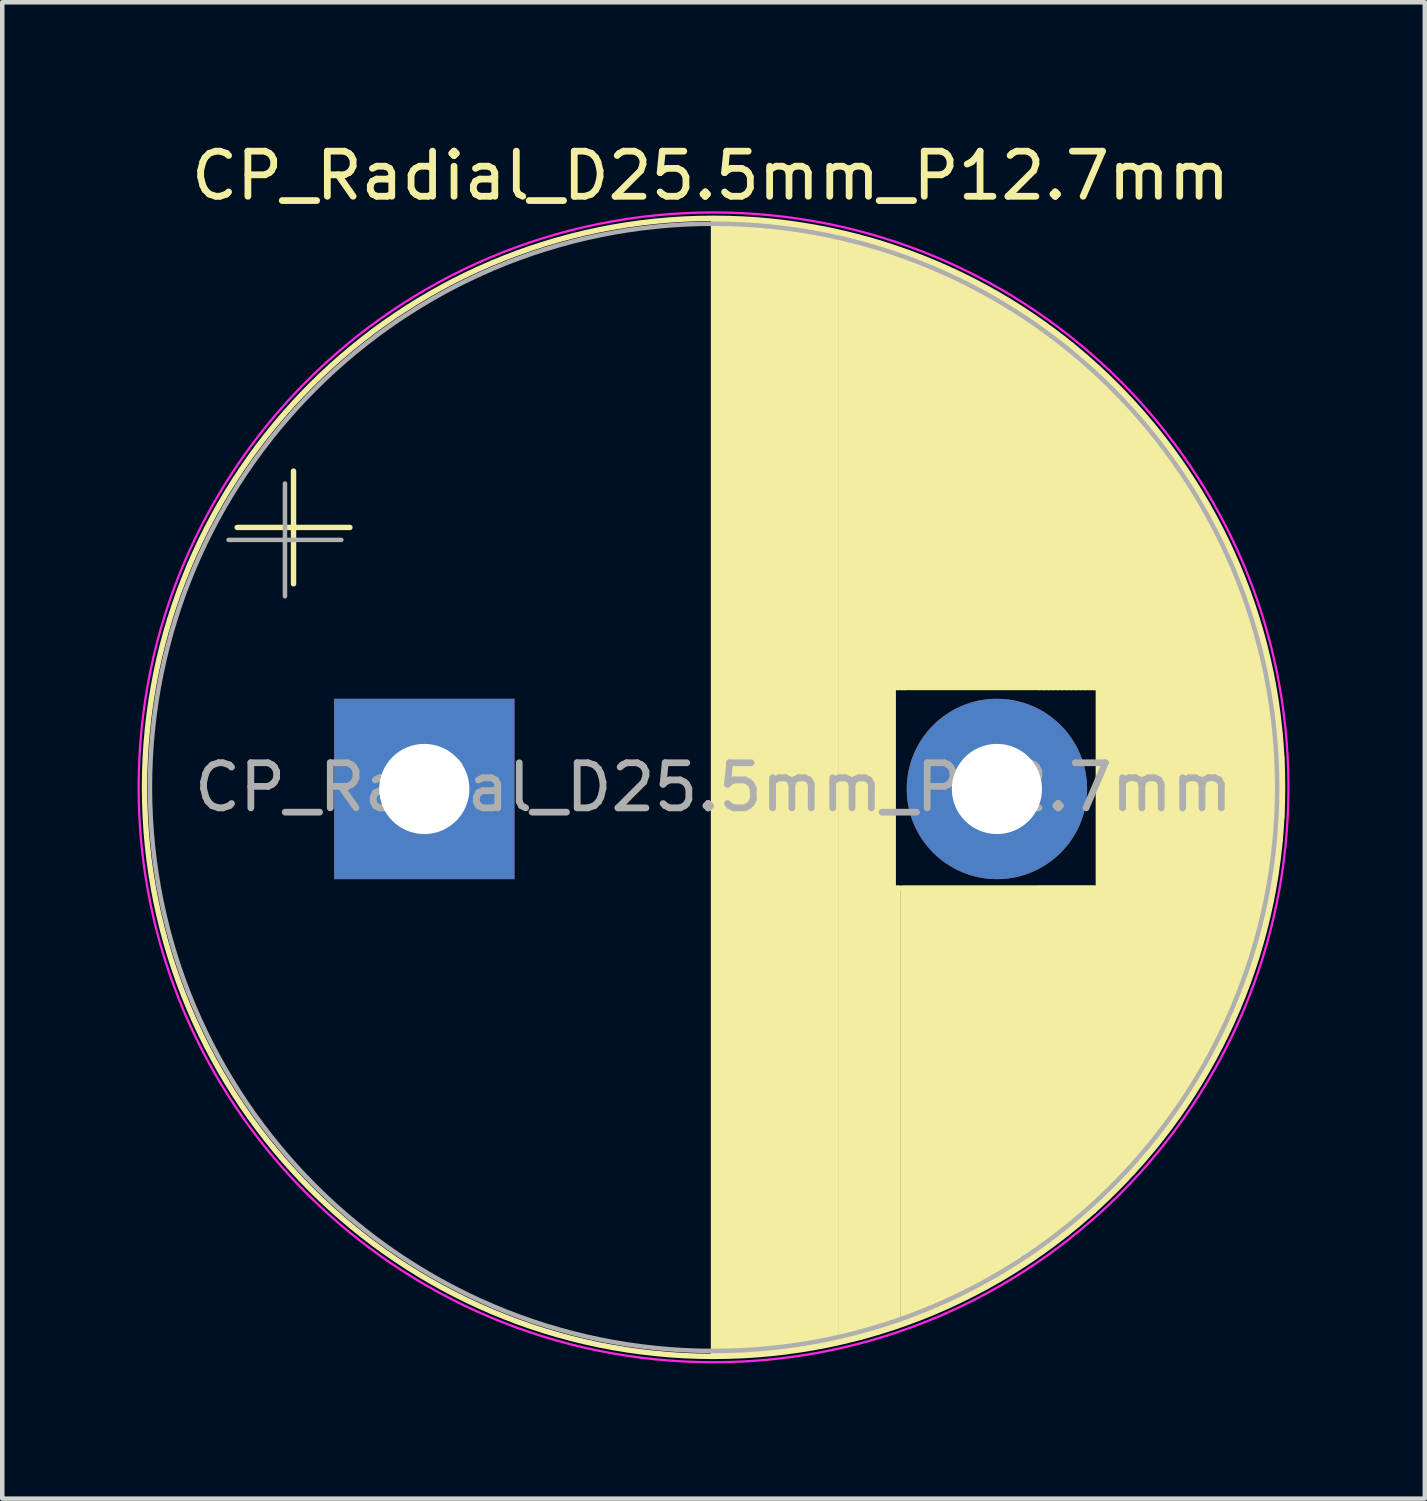
<source format=kicad_pcb>
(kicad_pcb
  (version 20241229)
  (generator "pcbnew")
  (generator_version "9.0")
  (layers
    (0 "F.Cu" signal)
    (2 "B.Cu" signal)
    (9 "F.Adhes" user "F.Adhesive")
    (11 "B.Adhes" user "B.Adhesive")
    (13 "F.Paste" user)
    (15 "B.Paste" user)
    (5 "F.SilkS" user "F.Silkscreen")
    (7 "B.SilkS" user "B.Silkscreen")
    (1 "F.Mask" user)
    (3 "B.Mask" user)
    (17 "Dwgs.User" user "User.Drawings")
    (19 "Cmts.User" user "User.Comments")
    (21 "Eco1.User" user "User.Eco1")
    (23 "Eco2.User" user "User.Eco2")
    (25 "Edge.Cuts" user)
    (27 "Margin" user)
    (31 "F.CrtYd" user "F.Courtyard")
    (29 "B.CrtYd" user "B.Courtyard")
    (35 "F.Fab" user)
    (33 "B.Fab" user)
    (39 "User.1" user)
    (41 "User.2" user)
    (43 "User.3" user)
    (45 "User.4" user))
  (footprint "CP_Radial_D25.5mm_P12.7mm"
    (layer "F.Cu")
    (at 12.71 14.448)
    (property "Reference" "CP_Radial_D25.5mm_P12.7mm" (at 0 -13.6 0) (unlocked yes) (layer "F.SilkS") (effects (font (size 1 1) (thickness 0.15))))
    (attr through_hole)
    (fp_line (start -10.5 -5.8) (end -8 -5.8) (stroke (width 0.12) (type solid)) (layer "F.SilkS"))
    (fp_line (start -9.25 -7.05) (end -9.25 -4.55) (stroke (width 0.12) (type solid)) (layer "F.SilkS"))
    (fp_line (start 0.065 -12.617) (end 0.065 12.545) (stroke (width 0.12) (type solid)) (layer "F.SilkS"))
    (fp_line (start 0.105 -12.616) (end 0.105 12.544) (stroke (width 0.12) (type solid)) (layer "F.SilkS"))
    (fp_line (start 0.145 -12.616) (end 0.145 12.544) (stroke (width 0.12) (type solid)) (layer "F.SilkS"))
    (fp_line (start 0.185 -12.616) (end 0.185 12.544) (stroke (width 0.12) (type solid)) (layer "F.SilkS"))
    (fp_line (start 0.225 -12.615) (end 0.225 12.543) (stroke (width 0.12) (type solid)) (layer "F.SilkS"))
    (fp_line (start 0.265 -12.615) (end 0.265 12.543) (stroke (width 0.12) (type solid)) (layer "F.SilkS"))
    (fp_line (start 0.305 -12.614) (end 0.305 12.542) (stroke (width 0.12) (type solid)) (layer "F.SilkS"))
    (fp_line (start 0.345 -12.613) (end 0.345 12.541) (stroke (width 0.12) (type solid)) (layer "F.SilkS"))
    (fp_line (start 0.385 -12.612) (end 0.385 12.54) (stroke (width 0.12) (type solid)) (layer "F.SilkS"))
    (fp_line (start 0.425 -12.611) (end 0.425 12.539) (stroke (width 0.12) (type solid)) (layer "F.SilkS"))
    (fp_line (start 0.465 -12.61) (end 0.465 12.538) (stroke (width 0.12) (type solid)) (layer "F.SilkS"))
    (fp_line (start 0.505 -12.609) (end 0.505 12.537) (stroke (width 0.12) (type solid)) (layer "F.SilkS"))
    (fp_line (start 0.545 -12.607) (end 0.545 12.535) (stroke (width 0.12) (type solid)) (layer "F.SilkS"))
    (fp_line (start 0.585 -12.606) (end 0.585 12.534) (stroke (width 0.12) (type solid)) (layer "F.SilkS"))
    (fp_line (start 0.625 -12.604) (end 0.625 12.532) (stroke (width 0.12) (type solid)) (layer "F.SilkS"))
    (fp_line (start 0.665 -12.602) (end 0.665 12.53) (stroke (width 0.12) (type solid)) (layer "F.SilkS"))
    (fp_line (start 0.705 -12.6) (end 0.705 12.528) (stroke (width 0.12) (type solid)) (layer "F.SilkS"))
    (fp_line (start 0.745 -12.598) (end 0.745 12.526) (stroke (width 0.12) (type solid)) (layer "F.SilkS"))
    (fp_line (start 0.786 -12.596) (end 0.786 12.524) (stroke (width 0.12) (type solid)) (layer "F.SilkS"))
    (fp_line (start 0.826 -12.594) (end 0.826 12.522) (stroke (width 0.12) (type solid)) (layer "F.SilkS"))
    (fp_line (start 0.866 -12.591) (end 0.866 12.519) (stroke (width 0.12) (type solid)) (layer "F.SilkS"))
    (fp_line (start 0.906 -12.589) (end 0.906 12.517) (stroke (width 0.12) (type solid)) (layer "F.SilkS"))
    (fp_line (start 0.946 -12.586) (end 0.946 12.514) (stroke (width 0.12) (type solid)) (layer "F.SilkS"))
    (fp_line (start 0.986 -12.583) (end 0.986 12.511) (stroke (width 0.12) (type solid)) (layer "F.SilkS"))
    (fp_line (start 1.026 -12.58) (end 1.026 12.508) (stroke (width 0.12) (type solid)) (layer "F.SilkS"))
    (fp_line (start 1.066 -12.577) (end 1.066 12.505) (stroke (width 0.12) (type solid)) (layer "F.SilkS"))
    (fp_line (start 1.106 -12.574) (end 1.106 12.502) (stroke (width 0.12) (type solid)) (layer "F.SilkS"))
    (fp_line (start 1.146 -12.57) (end 1.146 12.498) (stroke (width 0.12) (type solid)) (layer "F.SilkS"))
    (fp_line (start 1.186 -12.567) (end 1.186 12.495) (stroke (width 0.12) (type solid)) (layer "F.SilkS"))
    (fp_line (start 1.226 -12.563) (end 1.226 12.491) (stroke (width 0.12) (type solid)) (layer "F.SilkS"))
    (fp_line (start 1.266 -12.559) (end 1.266 12.487) (stroke (width 0.12) (type solid)) (layer "F.SilkS"))
    (fp_line (start 1.306 -12.555) (end 1.306 12.483) (stroke (width 0.12) (type solid)) (layer "F.SilkS"))
    (fp_line (start 1.346 -12.551) (end 1.346 12.479) (stroke (width 0.12) (type solid)) (layer "F.SilkS"))
    (fp_line (start 1.386 -12.547) (end 1.386 12.475) (stroke (width 0.12) (type solid)) (layer "F.SilkS"))
    (fp_line (start 1.426 -12.543) (end 1.426 12.471) (stroke (width 0.12) (type solid)) (layer "F.SilkS"))
    (fp_line (start 1.466 -12.539) (end 1.466 12.467) (stroke (width 0.12) (type solid)) (layer "F.SilkS"))
    (fp_line (start 1.506 -12.534) (end 1.506 12.462) (stroke (width 0.12) (type solid)) (layer "F.SilkS"))
    (fp_line (start 1.546 -12.529) (end 1.546 12.457) (stroke (width 0.12) (type solid)) (layer "F.SilkS"))
    (fp_line (start 1.586 -12.525) (end 1.586 12.453) (stroke (width 0.12) (type solid)) (layer "F.SilkS"))
    (fp_line (start 1.626 -12.52) (end 1.626 12.448) (stroke (width 0.12) (type solid)) (layer "F.SilkS"))
    (fp_line (start 1.666 -12.515) (end 1.666 12.443) (stroke (width 0.12) (type solid)) (layer "F.SilkS"))
    (fp_line (start 1.706 -12.509) (end 1.706 12.437) (stroke (width 0.12) (type solid)) (layer "F.SilkS"))
    (fp_line (start 1.746 -12.504) (end 1.746 12.432) (stroke (width 0.12) (type solid)) (layer "F.SilkS"))
    (fp_line (start 1.786 -12.499) (end 1.786 12.427) (stroke (width 0.12) (type solid)) (layer "F.SilkS"))
    (fp_line (start 1.826 -12.493) (end 1.826 12.421) (stroke (width 0.12) (type solid)) (layer "F.SilkS"))
    (fp_line (start 1.866 -12.487) (end 1.866 12.415) (stroke (width 0.12) (type solid)) (layer "F.SilkS"))
    (fp_line (start 1.906 -12.482) (end 1.906 12.41) (stroke (width 0.12) (type solid)) (layer "F.SilkS"))
    (fp_line (start 1.946 -12.476) (end 1.946 12.404) (stroke (width 0.12) (type solid)) (layer "F.SilkS"))
    (fp_line (start 1.986 -12.47) (end 1.986 12.398) (stroke (width 0.12) (type solid)) (layer "F.SilkS"))
    (fp_line (start 2.026 -12.463) (end 2.026 12.391) (stroke (width 0.12) (type solid)) (layer "F.SilkS"))
    (fp_line (start 2.066 -12.457) (end 2.066 12.385) (stroke (width 0.12) (type solid)) (layer "F.SilkS"))
    (fp_line (start 2.106 -12.451) (end 2.106 12.379) (stroke (width 0.12) (type solid)) (layer "F.SilkS"))
    (fp_line (start 2.146 -12.444) (end 2.146 12.372) (stroke (width 0.12) (type solid)) (layer "F.SilkS"))
    (fp_line (start 2.186 -12.437) (end 2.186 12.365) (stroke (width 0.12) (type solid)) (layer "F.SilkS"))
    (fp_line (start 2.226 -12.43) (end 2.226 12.358) (stroke (width 0.12) (type solid)) (layer "F.SilkS"))
    (fp_line (start 2.266 -12.423) (end 2.266 12.351) (stroke (width 0.12) (type solid)) (layer "F.SilkS"))
    (fp_line (start 2.306 -12.416) (end 2.306 12.344) (stroke (width 0.12) (type solid)) (layer "F.SilkS"))
    (fp_line (start 2.346 -12.409) (end 2.346 12.337) (stroke (width 0.12) (type solid)) (layer "F.SilkS"))
    (fp_line (start 2.386 -12.401) (end 2.386 12.329) (stroke (width 0.12) (type solid)) (layer "F.SilkS"))
    (fp_line (start 2.426 -12.394) (end 2.426 12.322) (stroke (width 0.12) (type solid)) (layer "F.SilkS"))
    (fp_line (start 2.466 -12.386) (end 2.466 12.314) (stroke (width 0.12) (type solid)) (layer "F.SilkS"))
    (fp_line (start 2.506 -12.378) (end 2.506 12.306) (stroke (width 0.12) (type solid)) (layer "F.SilkS"))
    (fp_line (start 2.546 -12.37) (end 2.546 12.298) (stroke (width 0.12) (type solid)) (layer "F.SilkS"))
    (fp_line (start 2.586 -12.362) (end 2.586 12.29) (stroke (width 0.12) (type solid)) (layer "F.SilkS"))
    (fp_line (start 2.626 -12.354) (end 2.626 12.282) (stroke (width 0.12) (type solid)) (layer "F.SilkS"))
    (fp_line (start 2.666 -12.346) (end 2.666 12.274) (stroke (width 0.12) (type solid)) (layer "F.SilkS"))
    (fp_line (start 2.706 -12.337) (end 2.706 12.265) (stroke (width 0.12) (type solid)) (layer "F.SilkS"))
    (fp_line (start 2.746 -12.329) (end 2.746 12.257) (stroke (width 0.12) (type solid)) (layer "F.SilkS"))
    (fp_line (start 2.786 -12.32) (end 2.786 12.248) (stroke (width 0.12) (type solid)) (layer "F.SilkS"))
    (fp_line (start 2.9 -12.3) (end 2.9 12.25) (stroke (width 0.12) (type default)) (layer "F.SilkS"))
    (fp_line (start 2.95 -12.3) (end 2.95 11.9) (stroke (width 0.12) (type default)) (layer "F.SilkS"))
    (fp_line (start 3 -12.25) (end 3 12.2) (stroke (width 0.12) (type default)) (layer "F.SilkS"))
    (fp_line (start 3.05 -12.25) (end 3.05 12.2) (stroke (width 0.12) (type default)) (layer "F.SilkS"))
    (fp_line (start 3.15 -12.25) (end 3.15 12.15) (stroke (width 0.12) (type default)) (layer "F.SilkS"))
    (fp_line (start 3.2 -12.25) (end 3.2 12.15) (stroke (width 0.12) (type default)) (layer "F.SilkS"))
    (fp_line (start 3.25 -12.2) (end 3.25 12.15) (stroke (width 0.12) (type default)) (layer "F.SilkS"))
    (fp_line (start 3.3 -12.2) (end 3.3 12.15) (stroke (width 0.12) (type default)) (layer "F.SilkS"))
    (fp_line (start 3.35 -12.2) (end 3.35 12.15) (stroke (width 0.12) (type default)) (layer "F.SilkS"))
    (fp_line (start 3.4 -12.2) (end 3.4 12.1) (stroke (width 0.12) (type default)) (layer "F.SilkS"))
    (fp_line (start 3.5 -12.15) (end 3.5 12.1) (stroke (width 0.12) (type default)) (layer "F.SilkS"))
    (fp_line (start 3.55 -12.15) (end 3.55 12.05) (stroke (width 0.12) (type default)) (layer "F.SilkS"))
    (fp_line (start 3.6 -12.1) (end 3.6 12.05) (stroke (width 0.12) (type default)) (layer "F.SilkS"))
    (fp_line (start 3.65 -12.1) (end 3.65 12.05) (stroke (width 0.12) (type default)) (layer "F.SilkS"))
    (fp_line (start 3.7 -12.1) (end 3.7 12.05) (stroke (width 0.12) (type default)) (layer "F.SilkS"))
    (fp_line (start 3.75 -12.1) (end 3.75 12) (stroke (width 0.12) (type default)) (layer "F.SilkS"))
    (fp_line (start 3.85 -12.05) (end 3.85 11.95) (stroke (width 0.12) (type default)) (layer "F.SilkS"))
    (fp_line (start 3.95 -12) (end 3.95 11.95) (stroke (width 0.12) (type default)) (layer "F.SilkS"))
    (fp_line (start 4.05 -12) (end 4.05 11.9) (stroke (width 0.12) (type default)) (layer "F.SilkS"))
    (fp_line (start 4.1 -2.25) (end 8.6 -2.25) (stroke (width 0.12) (type default)) (layer "F.SilkS"))
    (fp_line (start 4.1 2.2) (end 8.6 2.2) (stroke (width 0.12) (type default)) (layer "F.SilkS"))
    (fp_line (start 4.15 -2.25) (end 4.15 -11.95) (stroke (width 0.12) (type default)) (layer "F.SilkS"))
    (fp_line (start 4.15 2.2) (end 4.15 11.9) (stroke (width 0.12) (type default)) (layer "F.SilkS"))
    (fp_line (start 4.25 -11.9) (end 4.25 -2.25) (stroke (width 0.12) (type default)) (layer "F.SilkS"))
    (fp_line (start 4.266 2.204) (end 4.266 11.825) (stroke (width 0.12) (type solid)) (layer "F.SilkS"))
    (fp_line (start 4.3 -2.25) (end 4.3 -11.9) (stroke (width 0.12) (type default)) (layer "F.SilkS"))
    (fp_line (start 4.306 2.204) (end 4.306 11.811) (stroke (width 0.12) (type solid)) (layer "F.SilkS"))
    (fp_line (start 4.346 2.204) (end 4.346 11.797) (stroke (width 0.12) (type solid)) (layer "F.SilkS"))
    (fp_line (start 4.386 -11.854) (end 4.386 -2.276) (stroke (width 0.12) (type solid)) (layer "F.SilkS"))
    (fp_line (start 4.386 2.204) (end 4.386 11.782) (stroke (width 0.12) (type solid)) (layer "F.SilkS"))
    (fp_line (start 4.426 -11.839) (end 4.426 -2.276) (stroke (width 0.12) (type solid)) (layer "F.SilkS"))
    (fp_line (start 4.426 2.204) (end 4.426 11.767) (stroke (width 0.12) (type solid)) (layer "F.SilkS"))
    (fp_line (start 4.466 -11.825) (end 4.466 -2.276) (stroke (width 0.12) (type solid)) (layer "F.SilkS"))
    (fp_line (start 4.466 2.204) (end 4.466 11.753) (stroke (width 0.12) (type solid)) (layer "F.SilkS"))
    (fp_line (start 4.506 -11.81) (end 4.506 -2.276) (stroke (width 0.12) (type solid)) (layer "F.SilkS"))
    (fp_line (start 4.506 2.204) (end 4.506 11.738) (stroke (width 0.12) (type solid)) (layer "F.SilkS"))
    (fp_line (start 4.546 -11.795) (end 4.546 -2.276) (stroke (width 0.12) (type solid)) (layer "F.SilkS"))
    (fp_line (start 4.546 2.204) (end 4.546 11.723) (stroke (width 0.12) (type solid)) (layer "F.SilkS"))
    (fp_line (start 4.586 -11.779) (end 4.586 -2.276) (stroke (width 0.12) (type solid)) (layer "F.SilkS"))
    (fp_line (start 4.586 2.204) (end 4.586 11.707) (stroke (width 0.12) (type solid)) (layer "F.SilkS"))
    (fp_line (start 4.626 -11.764) (end 4.626 -2.276) (stroke (width 0.12) (type solid)) (layer "F.SilkS"))
    (fp_line (start 4.626 2.204) (end 4.626 11.692) (stroke (width 0.12) (type solid)) (layer "F.SilkS"))
    (fp_line (start 4.666 -11.748) (end 4.666 -2.276) (stroke (width 0.12) (type solid)) (layer "F.SilkS"))
    (fp_line (start 4.666 2.204) (end 4.666 11.676) (stroke (width 0.12) (type solid)) (layer "F.SilkS"))
    (fp_line (start 4.706 -11.733) (end 4.706 -2.276) (stroke (width 0.12) (type solid)) (layer "F.SilkS"))
    (fp_line (start 4.706 2.204) (end 4.706 11.661) (stroke (width 0.12) (type solid)) (layer "F.SilkS"))
    (fp_line (start 4.746 -11.717) (end 4.746 -2.276) (stroke (width 0.12) (type solid)) (layer "F.SilkS"))
    (fp_line (start 4.746 2.204) (end 4.746 11.645) (stroke (width 0.12) (type solid)) (layer "F.SilkS"))
    (fp_line (start 4.786 -11.701) (end 4.786 -2.276) (stroke (width 0.12) (type solid)) (layer "F.SilkS"))
    (fp_line (start 4.786 2.204) (end 4.786 11.629) (stroke (width 0.12) (type solid)) (layer "F.SilkS"))
    (fp_line (start 4.826 -11.684) (end 4.826 -2.276) (stroke (width 0.12) (type solid)) (layer "F.SilkS"))
    (fp_line (start 4.826 2.204) (end 4.826 11.612) (stroke (width 0.12) (type solid)) (layer "F.SilkS"))
    (fp_line (start 4.866 -11.668) (end 4.866 -2.276) (stroke (width 0.12) (type solid)) (layer "F.SilkS"))
    (fp_line (start 4.866 2.204) (end 4.866 11.596) (stroke (width 0.12) (type solid)) (layer "F.SilkS"))
    (fp_line (start 4.906 -11.651) (end 4.906 -2.276) (stroke (width 0.12) (type solid)) (layer "F.SilkS"))
    (fp_line (start 4.906 2.204) (end 4.906 11.579) (stroke (width 0.12) (type solid)) (layer "F.SilkS"))
    (fp_line (start 4.946 -11.635) (end 4.946 -2.276) (stroke (width 0.12) (type solid)) (layer "F.SilkS"))
    (fp_line (start 4.946 2.204) (end 4.946 11.563) (stroke (width 0.12) (type solid)) (layer "F.SilkS"))
    (fp_line (start 4.986 -11.618) (end 4.986 -2.276) (stroke (width 0.12) (type solid)) (layer "F.SilkS"))
    (fp_line (start 4.986 2.204) (end 4.986 11.546) (stroke (width 0.12) (type solid)) (layer "F.SilkS"))
    (fp_line (start 5.026 -11.601) (end 5.026 -2.276) (stroke (width 0.12) (type solid)) (layer "F.SilkS"))
    (fp_line (start 5.026 2.204) (end 5.026 11.529) (stroke (width 0.12) (type solid)) (layer "F.SilkS"))
    (fp_line (start 5.066 -11.584) (end 5.066 -2.276) (stroke (width 0.12) (type solid)) (layer "F.SilkS"))
    (fp_line (start 5.066 2.204) (end 5.066 11.512) (stroke (width 0.12) (type solid)) (layer "F.SilkS"))
    (fp_line (start 5.106 -11.566) (end 5.106 -2.276) (stroke (width 0.12) (type solid)) (layer "F.SilkS"))
    (fp_line (start 5.106 2.204) (end 5.106 11.494) (stroke (width 0.12) (type solid)) (layer "F.SilkS"))
    (fp_line (start 5.146 -11.549) (end 5.146 -2.276) (stroke (width 0.12) (type solid)) (layer "F.SilkS"))
    (fp_line (start 5.146 2.204) (end 5.146 11.477) (stroke (width 0.12) (type solid)) (layer "F.SilkS"))
    (fp_line (start 5.186 -11.531) (end 5.186 -2.276) (stroke (width 0.12) (type solid)) (layer "F.SilkS"))
    (fp_line (start 5.186 2.204) (end 5.186 11.459) (stroke (width 0.12) (type solid)) (layer "F.SilkS"))
    (fp_line (start 5.226 -11.513) (end 5.226 -2.276) (stroke (width 0.12) (type solid)) (layer "F.SilkS"))
    (fp_line (start 5.226 2.204) (end 5.226 11.441) (stroke (width 0.12) (type solid)) (layer "F.SilkS"))
    (fp_line (start 5.266 -11.495) (end 5.266 -2.276) (stroke (width 0.12) (type solid)) (layer "F.SilkS"))
    (fp_line (start 5.266 2.204) (end 5.266 11.423) (stroke (width 0.12) (type solid)) (layer "F.SilkS"))
    (fp_line (start 5.306 -11.477) (end 5.306 -2.276) (stroke (width 0.12) (type solid)) (layer "F.SilkS"))
    (fp_line (start 5.306 2.204) (end 5.306 11.405) (stroke (width 0.12) (type solid)) (layer "F.SilkS"))
    (fp_line (start 5.346 -11.459) (end 5.346 -2.276) (stroke (width 0.12) (type solid)) (layer "F.SilkS"))
    (fp_line (start 5.346 2.204) (end 5.346 11.387) (stroke (width 0.12) (type solid)) (layer "F.SilkS"))
    (fp_line (start 5.386 -11.44) (end 5.386 -2.276) (stroke (width 0.12) (type solid)) (layer "F.SilkS"))
    (fp_line (start 5.386 2.204) (end 5.386 11.368) (stroke (width 0.12) (type solid)) (layer "F.SilkS"))
    (fp_line (start 5.426 -11.422) (end 5.426 -2.276) (stroke (width 0.12) (type solid)) (layer "F.SilkS"))
    (fp_line (start 5.426 2.204) (end 5.426 11.35) (stroke (width 0.12) (type solid)) (layer "F.SilkS"))
    (fp_line (start 5.466 -11.403) (end 5.466 -2.276) (stroke (width 0.12) (type solid)) (layer "F.SilkS"))
    (fp_line (start 5.466 2.204) (end 5.466 11.331) (stroke (width 0.12) (type solid)) (layer "F.SilkS"))
    (fp_line (start 5.506 -11.384) (end 5.506 -2.276) (stroke (width 0.12) (type solid)) (layer "F.SilkS"))
    (fp_line (start 5.506 2.204) (end 5.506 11.312) (stroke (width 0.12) (type solid)) (layer "F.SilkS"))
    (fp_line (start 5.546 -11.365) (end 5.546 -2.276) (stroke (width 0.12) (type solid)) (layer "F.SilkS"))
    (fp_line (start 5.546 2.204) (end 5.546 11.293) (stroke (width 0.12) (type solid)) (layer "F.SilkS"))
    (fp_line (start 5.586 -11.345) (end 5.586 -2.276) (stroke (width 0.12) (type solid)) (layer "F.SilkS"))
    (fp_line (start 5.586 2.204) (end 5.586 11.273) (stroke (width 0.12) (type solid)) (layer "F.SilkS"))
    (fp_line (start 5.626 -11.326) (end 5.626 -2.276) (stroke (width 0.12) (type solid)) (layer "F.SilkS"))
    (fp_line (start 5.626 2.204) (end 5.626 11.254) (stroke (width 0.12) (type solid)) (layer "F.SilkS"))
    (fp_line (start 5.666 -11.306) (end 5.666 -2.276) (stroke (width 0.12) (type solid)) (layer "F.SilkS"))
    (fp_line (start 5.666 2.204) (end 5.666 11.234) (stroke (width 0.12) (type solid)) (layer "F.SilkS"))
    (fp_line (start 5.706 -11.286) (end 5.706 -2.276) (stroke (width 0.12) (type solid)) (layer "F.SilkS"))
    (fp_line (start 5.706 2.204) (end 5.706 11.214) (stroke (width 0.12) (type solid)) (layer "F.SilkS"))
    (fp_line (start 5.746 -11.266) (end 5.746 -2.276) (stroke (width 0.12) (type solid)) (layer "F.SilkS"))
    (fp_line (start 5.746 2.204) (end 5.746 11.194) (stroke (width 0.12) (type solid)) (layer "F.SilkS"))
    (fp_line (start 5.786 -11.246) (end 5.786 -2.276) (stroke (width 0.12) (type solid)) (layer "F.SilkS"))
    (fp_line (start 5.786 2.204) (end 5.786 11.174) (stroke (width 0.12) (type solid)) (layer "F.SilkS"))
    (fp_line (start 5.826 -11.225) (end 5.826 -2.276) (stroke (width 0.12) (type solid)) (layer "F.SilkS"))
    (fp_line (start 5.826 2.204) (end 5.826 11.153) (stroke (width 0.12) (type solid)) (layer "F.SilkS"))
    (fp_line (start 5.866 -11.205) (end 5.866 -2.276) (stroke (width 0.12) (type solid)) (layer "F.SilkS"))
    (fp_line (start 5.866 2.204) (end 5.866 11.133) (stroke (width 0.12) (type solid)) (layer "F.SilkS"))
    (fp_line (start 5.906 -11.184) (end 5.906 -2.276) (stroke (width 0.12) (type solid)) (layer "F.SilkS"))
    (fp_line (start 5.906 2.204) (end 5.906 11.112) (stroke (width 0.12) (type solid)) (layer "F.SilkS"))
    (fp_line (start 5.946 -11.163) (end 5.946 -2.276) (stroke (width 0.12) (type solid)) (layer "F.SilkS"))
    (fp_line (start 5.946 2.204) (end 5.946 11.091) (stroke (width 0.12) (type solid)) (layer "F.SilkS"))
    (fp_line (start 5.986 -11.142) (end 5.986 -2.276) (stroke (width 0.12) (type solid)) (layer "F.SilkS"))
    (fp_line (start 5.986 2.204) (end 5.986 11.07) (stroke (width 0.12) (type solid)) (layer "F.SilkS"))
    (fp_line (start 6.026 -11.12) (end 6.026 -2.276) (stroke (width 0.12) (type solid)) (layer "F.SilkS"))
    (fp_line (start 6.026 2.204) (end 6.026 11.048) (stroke (width 0.12) (type solid)) (layer "F.SilkS"))
    (fp_line (start 6.066 -11.099) (end 6.066 -2.276) (stroke (width 0.12) (type solid)) (layer "F.SilkS"))
    (fp_line (start 6.066 2.204) (end 6.066 11.027) (stroke (width 0.12) (type solid)) (layer "F.SilkS"))
    (fp_line (start 6.106 -11.077) (end 6.106 -2.276) (stroke (width 0.12) (type solid)) (layer "F.SilkS"))
    (fp_line (start 6.106 2.204) (end 6.106 11.005) (stroke (width 0.12) (type solid)) (layer "F.SilkS"))
    (fp_line (start 6.146 -11.055) (end 6.146 -2.276) (stroke (width 0.12) (type solid)) (layer "F.SilkS"))
    (fp_line (start 6.146 2.204) (end 6.146 10.983) (stroke (width 0.12) (type solid)) (layer "F.SilkS"))
    (fp_line (start 6.186 -11.033) (end 6.186 -2.276) (stroke (width 0.12) (type solid)) (layer "F.SilkS"))
    (fp_line (start 6.186 2.204) (end 6.186 10.961) (stroke (width 0.12) (type solid)) (layer "F.SilkS"))
    (fp_line (start 6.226 -11.011) (end 6.226 -2.276) (stroke (width 0.12) (type solid)) (layer "F.SilkS"))
    (fp_line (start 6.226 2.204) (end 6.226 10.939) (stroke (width 0.12) (type solid)) (layer "F.SilkS"))
    (fp_line (start 6.266 -10.989) (end 6.266 -2.276) (stroke (width 0.12) (type solid)) (layer "F.SilkS"))
    (fp_line (start 6.266 2.204) (end 6.266 10.917) (stroke (width 0.12) (type solid)) (layer "F.SilkS"))
    (fp_line (start 6.306 -10.966) (end 6.306 -2.276) (stroke (width 0.12) (type solid)) (layer "F.SilkS"))
    (fp_line (start 6.306 2.204) (end 6.306 10.894) (stroke (width 0.12) (type solid)) (layer "F.SilkS"))
    (fp_line (start 6.346 -10.943) (end 6.346 -2.276) (stroke (width 0.12) (type solid)) (layer "F.SilkS"))
    (fp_line (start 6.346 2.204) (end 6.346 10.871) (stroke (width 0.12) (type solid)) (layer "F.SilkS"))
    (fp_line (start 6.386 -10.92) (end 6.386 -2.276) (stroke (width 0.12) (type solid)) (layer "F.SilkS"))
    (fp_line (start 6.386 2.204) (end 6.386 10.848) (stroke (width 0.12) (type solid)) (layer "F.SilkS"))
    (fp_line (start 6.426 -10.897) (end 6.426 -2.276) (stroke (width 0.12) (type solid)) (layer "F.SilkS"))
    (fp_line (start 6.426 2.204) (end 6.426 10.825) (stroke (width 0.12) (type solid)) (layer "F.SilkS"))
    (fp_line (start 6.466 -10.873) (end 6.466 -2.276) (stroke (width 0.12) (type solid)) (layer "F.SilkS"))
    (fp_line (start 6.466 2.204) (end 6.466 10.801) (stroke (width 0.12) (type solid)) (layer "F.SilkS"))
    (fp_line (start 6.506 -10.85) (end 6.506 -2.276) (stroke (width 0.12) (type solid)) (layer "F.SilkS"))
    (fp_line (start 6.506 2.204) (end 6.506 10.778) (stroke (width 0.12) (type solid)) (layer "F.SilkS"))
    (fp_line (start 6.546 -10.826) (end 6.546 -2.276) (stroke (width 0.12) (type solid)) (layer "F.SilkS"))
    (fp_line (start 6.546 2.204) (end 6.546 10.754) (stroke (width 0.12) (type solid)) (layer "F.SilkS"))
    (fp_line (start 6.586 -10.802) (end 6.586 -2.276) (stroke (width 0.12) (type solid)) (layer "F.SilkS"))
    (fp_line (start 6.586 2.204) (end 6.586 10.73) (stroke (width 0.12) (type solid)) (layer "F.SilkS"))
    (fp_line (start 6.626 -10.778) (end 6.626 -2.276) (stroke (width 0.12) (type solid)) (layer "F.SilkS"))
    (fp_line (start 6.626 2.204) (end 6.626 10.706) (stroke (width 0.12) (type solid)) (layer "F.SilkS"))
    (fp_line (start 6.666 -10.753) (end 6.666 -2.276) (stroke (width 0.12) (type solid)) (layer "F.SilkS"))
    (fp_line (start 6.666 2.204) (end 6.666 10.681) (stroke (width 0.12) (type solid)) (layer "F.SilkS"))
    (fp_line (start 6.706 -10.728) (end 6.706 -2.276) (stroke (width 0.12) (type solid)) (layer "F.SilkS"))
    (fp_line (start 6.706 2.204) (end 6.706 10.656) (stroke (width 0.12) (type solid)) (layer "F.SilkS"))
    (fp_line (start 6.746 -10.704) (end 6.746 -2.276) (stroke (width 0.12) (type solid)) (layer "F.SilkS"))
    (fp_line (start 6.746 2.204) (end 6.746 10.632) (stroke (width 0.12) (type solid)) (layer "F.SilkS"))
    (fp_line (start 6.786 -10.679) (end 6.786 -2.276) (stroke (width 0.12) (type solid)) (layer "F.SilkS"))
    (fp_line (start 6.786 2.204) (end 6.786 10.607) (stroke (width 0.12) (type solid)) (layer "F.SilkS"))
    (fp_line (start 6.826 -10.653) (end 6.826 -2.276) (stroke (width 0.12) (type solid)) (layer "F.SilkS"))
    (fp_line (start 6.826 2.204) (end 6.826 10.581) (stroke (width 0.12) (type solid)) (layer "F.SilkS"))
    (fp_line (start 6.866 -10.628) (end 6.866 -2.276) (stroke (width 0.12) (type solid)) (layer "F.SilkS"))
    (fp_line (start 6.866 2.204) (end 6.866 10.556) (stroke (width 0.12) (type solid)) (layer "F.SilkS"))
    (fp_line (start 6.906 -10.602) (end 6.906 -2.276) (stroke (width 0.12) (type solid)) (layer "F.SilkS"))
    (fp_line (start 6.906 2.204) (end 6.906 10.53) (stroke (width 0.12) (type solid)) (layer "F.SilkS"))
    (fp_line (start 6.946 -10.576) (end 6.946 -2.276) (stroke (width 0.12) (type solid)) (layer "F.SilkS"))
    (fp_line (start 6.946 2.204) (end 6.946 10.504) (stroke (width 0.12) (type solid)) (layer "F.SilkS"))
    (fp_line (start 6.986 -10.55) (end 6.986 -2.276) (stroke (width 0.12) (type solid)) (layer "F.SilkS"))
    (fp_line (start 6.986 2.204) (end 6.986 10.478) (stroke (width 0.12) (type solid)) (layer "F.SilkS"))
    (fp_line (start 7.026 -10.524) (end 7.026 -2.276) (stroke (width 0.12) (type solid)) (layer "F.SilkS"))
    (fp_line (start 7.026 2.204) (end 7.026 10.452) (stroke (width 0.12) (type solid)) (layer "F.SilkS"))
    (fp_line (start 7.066 -10.497) (end 7.066 -2.276) (stroke (width 0.12) (type solid)) (layer "F.SilkS"))
    (fp_line (start 7.066 2.204) (end 7.066 10.425) (stroke (width 0.12) (type solid)) (layer "F.SilkS"))
    (fp_line (start 7.106 -10.47) (end 7.106 -2.276) (stroke (width 0.12) (type solid)) (layer "F.SilkS"))
    (fp_line (start 7.106 2.204) (end 7.106 10.398) (stroke (width 0.12) (type solid)) (layer "F.SilkS"))
    (fp_line (start 7.146 -10.443) (end 7.146 -2.276) (stroke (width 0.12) (type solid)) (layer "F.SilkS"))
    (fp_line (start 7.146 2.204) (end 7.146 10.371) (stroke (width 0.12) (type solid)) (layer "F.SilkS"))
    (fp_line (start 7.186 -10.416) (end 7.186 -2.276) (stroke (width 0.12) (type solid)) (layer "F.SilkS"))
    (fp_line (start 7.186 2.204) (end 7.186 10.344) (stroke (width 0.12) (type solid)) (layer "F.SilkS"))
    (fp_line (start 7.226 -10.389) (end 7.226 -2.276) (stroke (width 0.12) (type solid)) (layer "F.SilkS"))
    (fp_line (start 7.226 2.204) (end 7.226 10.317) (stroke (width 0.12) (type solid)) (layer "F.SilkS"))
    (fp_line (start 7.266 -10.361) (end 7.266 -2.276) (stroke (width 0.12) (type solid)) (layer "F.SilkS"))
    (fp_line (start 7.266 2.204) (end 7.266 10.289) (stroke (width 0.12) (type solid)) (layer "F.SilkS"))
    (fp_line (start 7.3 -2.25) (end 7.3 -10.35) (stroke (width 0.12) (type default)) (layer "F.SilkS"))
    (fp_line (start 7.3 2.2) (end 7.3 10.25) (stroke (width 0.12) (type default)) (layer "F.SilkS"))
    (fp_line (start 7.35 2.2) (end 7.35 10.25) (stroke (width 0.12) (type default)) (layer "F.SilkS"))
    (fp_line (start 7.4 -2.25) (end 7.4 -10.3) (stroke (width 0.12) (type default)) (layer "F.SilkS"))
    (fp_line (start 7.4 2.2) (end 7.4 10.2) (stroke (width 0.12) (type default)) (layer "F.SilkS"))
    (fp_line (start 7.45 2.2) (end 7.45 10.15) (stroke (width 0.12) (type default)) (layer "F.SilkS"))
    (fp_line (start 7.5 -2.25) (end 7.5 -10.2) (stroke (width 0.12) (type default)) (layer "F.SilkS"))
    (fp_line (start 7.5 2.2) (end 7.5 10.15) (stroke (width 0.12) (type default)) (layer "F.SilkS"))
    (fp_line (start 7.55 2.2) (end 7.55 10.1) (stroke (width 0.12) (type default)) (layer "F.SilkS"))
    (fp_line (start 7.6 -2.25) (end 7.6 -10.15) (stroke (width 0.12) (type default)) (layer "F.SilkS"))
    (fp_line (start 7.6 10.05) (end 7.6 2.2) (stroke (width 0.12) (type default)) (layer "F.SilkS"))
    (fp_line (start 7.65 2.2) (end 7.65 10) (stroke (width 0.12) (type default)) (layer "F.SilkS"))
    (fp_line (start 7.7 -2.25) (end 7.7 -10.05) (stroke (width 0.12) (type default)) (layer "F.SilkS"))
    (fp_line (start 7.7 2.2) (end 7.7 10) (stroke (width 0.12) (type default)) (layer "F.SilkS"))
    (fp_line (start 7.75 2.2) (end 7.75 9.95) (stroke (width 0.12) (type default)) (layer "F.SilkS"))
    (fp_line (start 7.8 -2.25) (end 7.8 -10) (stroke (width 0.12) (type default)) (layer "F.SilkS"))
    (fp_line (start 7.8 2.2) (end 7.8 9.9) (stroke (width 0.12) (type default)) (layer "F.SilkS"))
    (fp_line (start 7.85 2.2) (end 7.85 9.85) (stroke (width 0.12) (type default)) (layer "F.SilkS"))
    (fp_line (start 7.9 -2.25) (end 7.9 -9.9) (stroke (width 0.12) (type default)) (layer "F.SilkS"))
    (fp_line (start 7.9 2.2) (end 7.9 9.85) (stroke (width 0.12) (type default)) (layer "F.SilkS"))
    (fp_line (start 7.95 9.8) (end 7.95 2.2) (stroke (width 0.12) (type default)) (layer "F.SilkS"))
    (fp_line (start 8 -2.25) (end 8 -9.85) (stroke (width 0.12) (type default)) (layer "F.SilkS"))
    (fp_line (start 8 2.2) (end 8 9.75) (stroke (width 0.12) (type default)) (layer "F.SilkS"))
    (fp_line (start 8.05 2.2) (end 8.05 9.7) (stroke (width 0.12) (type default)) (layer "F.SilkS"))
    (fp_line (start 8.1 -2.25) (end 8.1 -9.75) (stroke (width 0.12) (type default)) (layer "F.SilkS"))
    (fp_line (start 8.1 2.2) (end 8.1 9.65) (stroke (width 0.12) (type default)) (layer "F.SilkS"))
    (fp_line (start 8.15 2.2) (end 8.15 9.65) (stroke (width 0.12) (type default)) (layer "F.SilkS"))
    (fp_line (start 8.2 -2.25) (end 8.2 -9.65) (stroke (width 0.12) (type default)) (layer "F.SilkS"))
    (fp_line (start 8.2 2.2) (end 8.2 9.6) (stroke (width 0.12) (type default)) (layer "F.SilkS"))
    (fp_line (start 8.25 2.2) (end 8.25 9.55) (stroke (width 0.12) (type default)) (layer "F.SilkS"))
    (fp_line (start 8.3 -2.25) (end 8.3 -9.55) (stroke (width 0.12) (type default)) (layer "F.SilkS"))
    (fp_line (start 8.3 9.5) (end 8.3 2.2) (stroke (width 0.12) (type default)) (layer "F.SilkS"))
    (fp_line (start 8.35 2.2) (end 8.35 9.45) (stroke (width 0.12) (type default)) (layer "F.SilkS"))
    (fp_line (start 8.4 -2.25) (end 8.4 -9.5) (stroke (width 0.12) (type default)) (layer "F.SilkS"))
    (fp_line (start 8.4 2.2) (end 8.4 9.4) (stroke (width 0.12) (type default)) (layer "F.SilkS"))
    (fp_line (start 8.4 9.4) (end 8.5 9.35) (stroke (width 0.12) (type default)) (layer "F.SilkS"))
    (fp_line (start 8.45 2.2) (end 8.45 9.375) (stroke (width 0.12) (type default)) (layer "F.SilkS"))
    (fp_line (start 8.5 -2.25) (end 8.5 -9.4) (stroke (width 0.12) (type default)) (layer "F.SilkS"))
    (fp_line (start 8.5 9.35) (end 8.5 2.2) (stroke (width 0.12) (type default)) (layer "F.SilkS"))
    (fp_line (start 8.6 -9.3) (end 8.6 9.2) (stroke (width 0.12) (type default)) (layer "F.SilkS"))
    (fp_line (start 8.705 -9.195) (end 8.705 9.123) (stroke (width 0.12) (type solid)) (layer "F.SilkS"))
    (fp_line (start 8.745 -9.157) (end 8.745 9.085) (stroke (width 0.12) (type solid)) (layer "F.SilkS"))
    (fp_line (start 8.785 -9.119) (end 8.785 9.047) (stroke (width 0.12) (type solid)) (layer "F.SilkS"))
    (fp_line (start 8.825 -9.081) (end 8.825 9.009) (stroke (width 0.12) (type solid)) (layer "F.SilkS"))
    (fp_line (start 8.865 -9.042) (end 8.865 8.97) (stroke (width 0.12) (type solid)) (layer "F.SilkS"))
    (fp_line (start 8.905 -9.003) (end 8.905 8.931) (stroke (width 0.12) (type solid)) (layer "F.SilkS"))
    (fp_line (start 8.945 -8.964) (end 8.945 8.892) (stroke (width 0.12) (type solid)) (layer "F.SilkS"))
    (fp_line (start 8.985 -8.924) (end 8.985 8.852) (stroke (width 0.12) (type solid)) (layer "F.SilkS"))
    (fp_line (start 9.025 -8.884) (end 9.025 8.812) (stroke (width 0.12) (type solid)) (layer "F.SilkS"))
    (fp_line (start 9.065 -8.843) (end 9.065 8.771) (stroke (width 0.12) (type solid)) (layer "F.SilkS"))
    (fp_line (start 9.105 -8.802) (end 9.105 8.73) (stroke (width 0.12) (type solid)) (layer "F.SilkS"))
    (fp_line (start 9.145 -8.761) (end 9.145 8.689) (stroke (width 0.12) (type solid)) (layer "F.SilkS"))
    (fp_line (start 9.185 -8.719) (end 9.185 8.647) (stroke (width 0.12) (type solid)) (layer "F.SilkS"))
    (fp_line (start 9.225 -8.677) (end 9.225 8.605) (stroke (width 0.12) (type solid)) (layer "F.SilkS"))
    (fp_line (start 9.265 -8.635) (end 9.265 8.563) (stroke (width 0.12) (type solid)) (layer "F.SilkS"))
    (fp_line (start 9.305 -8.592) (end 9.305 8.52) (stroke (width 0.12) (type solid)) (layer "F.SilkS"))
    (fp_line (start 9.345 -8.549) (end 9.345 8.477) (stroke (width 0.12) (type solid)) (layer "F.SilkS"))
    (fp_line (start 9.385 -8.505) (end 9.385 8.433) (stroke (width 0.12) (type solid)) (layer "F.SilkS"))
    (fp_line (start 9.425 -8.461) (end 9.425 8.389) (stroke (width 0.12) (type solid)) (layer "F.SilkS"))
    (fp_line (start 9.465 -8.417) (end 9.465 8.345) (stroke (width 0.12) (type solid)) (layer "F.SilkS"))
    (fp_line (start 9.505 -8.372) (end 9.505 8.3) (stroke (width 0.12) (type solid)) (layer "F.SilkS"))
    (fp_line (start 9.545 -8.327) (end 9.545 8.255) (stroke (width 0.12) (type solid)) (layer "F.SilkS"))
    (fp_line (start 9.585 -8.281) (end 9.585 8.209) (stroke (width 0.12) (type solid)) (layer "F.SilkS"))
    (fp_line (start 9.625 -8.235) (end 9.625 8.163) (stroke (width 0.12) (type solid)) (layer "F.SilkS"))
    (fp_line (start 9.665 -8.188) (end 9.665 8.116) (stroke (width 0.12) (type solid)) (layer "F.SilkS"))
    (fp_line (start 9.705 -8.141) (end 9.705 8.069) (stroke (width 0.12) (type solid)) (layer "F.SilkS"))
    (fp_line (start 9.745 -8.094) (end 9.745 8.022) (stroke (width 0.12) (type solid)) (layer "F.SilkS"))
    (fp_line (start 9.785 -8.045) (end 9.785 7.973) (stroke (width 0.12) (type solid)) (layer "F.SilkS"))
    (fp_line (start 9.825 -7.997) (end 9.825 7.925) (stroke (width 0.12) (type solid)) (layer "F.SilkS"))
    (fp_line (start 9.865 -7.948) (end 9.865 7.876) (stroke (width 0.12) (type solid)) (layer "F.SilkS"))
    (fp_line (start 9.905 -7.898) (end 9.905 7.826) (stroke (width 0.12) (type solid)) (layer "F.SilkS"))
    (fp_line (start 9.945 -7.848) (end 9.945 7.776) (stroke (width 0.12) (type solid)) (layer "F.SilkS"))
    (fp_line (start 9.985 -7.798) (end 9.985 7.726) (stroke (width 0.12) (type solid)) (layer "F.SilkS"))
    (fp_line (start 10.025 -7.747) (end 10.025 7.675) (stroke (width 0.12) (type solid)) (layer "F.SilkS"))
    (fp_line (start 10.065 -7.695) (end 10.065 7.623) (stroke (width 0.12) (type solid)) (layer "F.SilkS"))
    (fp_line (start 10.105 -7.643) (end 10.105 7.571) (stroke (width 0.12) (type solid)) (layer "F.SilkS"))
    (fp_line (start 10.145 -7.59) (end 10.145 7.518) (stroke (width 0.12) (type solid)) (layer "F.SilkS"))
    (fp_line (start 10.185 -7.536) (end 10.185 7.464) (stroke (width 0.12) (type solid)) (layer "F.SilkS"))
    (fp_line (start 10.225 -7.482) (end 10.225 7.41) (stroke (width 0.12) (type solid)) (layer "F.SilkS"))
    (fp_line (start 10.265 -7.428) (end 10.265 7.356) (stroke (width 0.12) (type solid)) (layer "F.SilkS"))
    (fp_line (start 10.305 -7.373) (end 10.305 7.301) (stroke (width 0.12) (type solid)) (layer "F.SilkS"))
    (fp_line (start 10.345 -7.317) (end 10.345 7.245) (stroke (width 0.12) (type solid)) (layer "F.SilkS"))
    (fp_line (start 10.385 -7.26) (end 10.385 7.188) (stroke (width 0.12) (type solid)) (layer "F.SilkS"))
    (fp_line (start 10.425 -7.203) (end 10.425 7.131) (stroke (width 0.12) (type solid)) (layer "F.SilkS"))
    (fp_line (start 10.465 -7.145) (end 10.465 7.073) (stroke (width 0.12) (type solid)) (layer "F.SilkS"))
    (fp_line (start 10.505 -7.087) (end 10.505 7.015) (stroke (width 0.12) (type solid)) (layer "F.SilkS"))
    (fp_line (start 10.545 -7.027) (end 10.545 6.955) (stroke (width 0.12) (type solid)) (layer "F.SilkS"))
    (fp_line (start 10.585 -6.967) (end 10.585 6.895) (stroke (width 0.12) (type solid)) (layer "F.SilkS"))
    (fp_line (start 10.625 -6.907) (end 10.625 6.835) (stroke (width 0.12) (type solid)) (layer "F.SilkS"))
    (fp_line (start 10.665 -6.845) (end 10.665 6.773) (stroke (width 0.12) (type solid)) (layer "F.SilkS"))
    (fp_line (start 10.705 -6.783) (end 10.705 6.711) (stroke (width 0.12) (type solid)) (layer "F.SilkS"))
    (fp_line (start 10.745 -6.72) (end 10.745 6.648) (stroke (width 0.12) (type solid)) (layer "F.SilkS"))
    (fp_line (start 10.785 -6.656) (end 10.785 6.584) (stroke (width 0.12) (type solid)) (layer "F.SilkS"))
    (fp_line (start 10.825 -6.591) (end 10.825 6.519) (stroke (width 0.12) (type solid)) (layer "F.SilkS"))
    (fp_line (start 10.865 -6.525) (end 10.865 6.453) (stroke (width 0.12) (type solid)) (layer "F.SilkS"))
    (fp_line (start 10.905 -6.459) (end 10.905 6.387) (stroke (width 0.12) (type solid)) (layer "F.SilkS"))
    (fp_line (start 10.945 -6.391) (end 10.945 6.319) (stroke (width 0.12) (type solid)) (layer "F.SilkS"))
    (fp_line (start 10.985 -6.322) (end 10.985 6.25) (stroke (width 0.12) (type solid)) (layer "F.SilkS"))
    (fp_line (start 11.025 -6.253) (end 11.025 6.181) (stroke (width 0.12) (type solid)) (layer "F.SilkS"))
    (fp_line (start 11.065 -6.182) (end 11.065 6.11) (stroke (width 0.12) (type solid)) (layer "F.SilkS"))
    (fp_line (start 11.105 -6.111) (end 11.105 6.039) (stroke (width 0.12) (type solid)) (layer "F.SilkS"))
    (fp_line (start 11.145 -6.038) (end 11.145 5.966) (stroke (width 0.12) (type solid)) (layer "F.SilkS"))
    (fp_line (start 11.185 -5.964) (end 11.185 5.892) (stroke (width 0.12) (type solid)) (layer "F.SilkS"))
    (fp_line (start 11.225 -5.889) (end 11.225 5.817) (stroke (width 0.12) (type solid)) (layer "F.SilkS"))
    (fp_line (start 11.265 -5.812) (end 11.265 5.74) (stroke (width 0.12) (type solid)) (layer "F.SilkS"))
    (fp_line (start 11.305 -5.735) (end 11.305 5.663) (stroke (width 0.12) (type solid)) (layer "F.SilkS"))
    (fp_line (start 11.345 -5.656) (end 11.345 5.584) (stroke (width 0.12) (type solid)) (layer "F.SilkS"))
    (fp_line (start 11.385 -5.575) (end 11.385 5.503) (stroke (width 0.12) (type solid)) (layer "F.SilkS"))
    (fp_line (start 11.425 -5.493) (end 11.425 5.421) (stroke (width 0.12) (type solid)) (layer "F.SilkS"))
    (fp_line (start 11.465 -5.41) (end 11.465 5.338) (stroke (width 0.12) (type solid)) (layer "F.SilkS"))
    (fp_line (start 11.505 -5.325) (end 11.505 5.253) (stroke (width 0.12) (type solid)) (layer "F.SilkS"))
    (fp_line (start 11.545 -5.238) (end 11.545 5.166) (stroke (width 0.12) (type solid)) (layer "F.SilkS"))
    (fp_line (start 11.585 -5.15) (end 11.585 5.078) (stroke (width 0.12) (type solid)) (layer "F.SilkS"))
    (fp_line (start 11.625 -5.059) (end 11.625 4.987) (stroke (width 0.12) (type solid)) (layer "F.SilkS"))
    (fp_line (start 11.665 -4.967) (end 11.665 4.895) (stroke (width 0.12) (type solid)) (layer "F.SilkS"))
    (fp_line (start 11.705 -4.872) (end 11.705 4.8) (stroke (width 0.12) (type solid)) (layer "F.SilkS"))
    (fp_line (start 11.745 -4.776) (end 11.745 4.704) (stroke (width 0.12) (type solid)) (layer "F.SilkS"))
    (fp_line (start 11.785 -4.677) (end 11.785 4.605) (stroke (width 0.12) (type solid)) (layer "F.SilkS"))
    (fp_line (start 11.825 -4.575) (end 11.825 4.503) (stroke (width 0.12) (type solid)) (layer "F.SilkS"))
    (fp_line (start 11.865 -4.471) (end 11.865 4.399) (stroke (width 0.12) (type solid)) (layer "F.SilkS"))
    (fp_line (start 11.905 -4.364) (end 11.905 4.292) (stroke (width 0.12) (type solid)) (layer "F.SilkS"))
    (fp_line (start 11.945 -4.254) (end 11.945 4.182) (stroke (width 0.12) (type solid)) (layer "F.SilkS"))
    (fp_line (start 11.985 -4.141) (end 11.985 4.069) (stroke (width 0.12) (type solid)) (layer "F.SilkS"))
    (fp_line (start 12.025 -4.024) (end 12.025 3.952) (stroke (width 0.12) (type solid)) (layer "F.SilkS"))
    (fp_line (start 12.065 -3.903) (end 12.065 3.831) (stroke (width 0.12) (type solid)) (layer "F.SilkS"))
    (fp_line (start 12.105 -3.778) (end 12.105 3.706) (stroke (width 0.12) (type solid)) (layer "F.SilkS"))
    (fp_line (start 12.145 -3.649) (end 12.145 3.577) (stroke (width 0.12) (type solid)) (layer "F.SilkS"))
    (fp_line (start 12.185 -3.514) (end 12.185 3.442) (stroke (width 0.12) (type solid)) (layer "F.SilkS"))
    (fp_line (start 12.225 -3.373) (end 12.225 3.301) (stroke (width 0.12) (type solid)) (layer "F.SilkS"))
    (fp_line (start 12.265 -3.225) (end 12.265 3.153) (stroke (width 0.12) (type solid)) (layer "F.SilkS"))
    (fp_line (start 12.305 -3.07) (end 12.305 2.998) (stroke (width 0.12) (type solid)) (layer "F.SilkS"))
    (fp_line (start 12.345 -2.906) (end 12.345 2.834) (stroke (width 0.12) (type solid)) (layer "F.SilkS"))
    (fp_line (start 12.385 -2.732) (end 12.385 2.66) (stroke (width 0.12) (type solid)) (layer "F.SilkS"))
    (fp_line (start 12.425 -2.545) (end 12.425 2.473) (stroke (width 0.12) (type solid)) (layer "F.SilkS"))
    (fp_line (start 12.465 -2.343) (end 12.465 2.271) (stroke (width 0.12) (type solid)) (layer "F.SilkS"))
    (fp_line (start 12.505 -2.12) (end 12.505 2.048) (stroke (width 0.12) (type solid)) (layer "F.SilkS"))
    (fp_line (start 12.545 -1.871) (end 12.545 1.799) (stroke (width 0.12) (type solid)) (layer "F.SilkS"))
    (fp_line (start 12.585 -1.582) (end 12.585 1.51) (stroke (width 0.12) (type solid)) (layer "F.SilkS"))
    (fp_line (start 12.625 -1.226) (end 12.625 1.154) (stroke (width 0.12) (type solid)) (layer "F.SilkS"))
    (fp_line (start 12.665 -0.707) (end 12.665 0.635) (stroke (width 0.12) (type solid)) (layer "F.SilkS"))
    (fp_circle (center 0.065 -0.036) (end 12.685 -0.036) (stroke (width 0.12) (type solid)) (fill no) (layer "F.SilkS"))
    (fp_circle (center 0.065 -0.036) (end 12.815 -0.036) (stroke (width 0.05) (type solid)) (fill no) (layer "F.CrtYd"))
    (fp_line (start -10.69 -5.524) (end -8.19 -5.524) (stroke (width 0.1) (type solid)) (layer "F.Fab"))
    (fp_line (start -9.44 -6.774) (end -9.44 -4.274) (stroke (width 0.1) (type solid)) (layer "F.Fab"))
    (fp_circle (center 0.065 -0.036) (end 12.565 -0.036) (stroke (width 0.1) (type solid)) (fill no) (layer "F.Fab"))
    (fp_text user "${REFERENCE}" (at 0.065 -0.036 0) (layer "F.Fab") (effects (font (size 1 1) (thickness 0.15))))
    (pad "1" thru_hole rect (at -6.35 0) (size 4 4) (drill 2) (layers "*.Cu" "*.Mask"))
    (pad "2" thru_hole circle (at 6.35 0) (size 4 4) (drill 2) (layers "*.Cu" "*.Mask")))
  (gr_rect
    (start -3 -3)
    (end 28.55 30.187)
    (stroke (width 0.1) (type default))
    (fill no)
    (layer "Edge.Cuts")))
</source>
